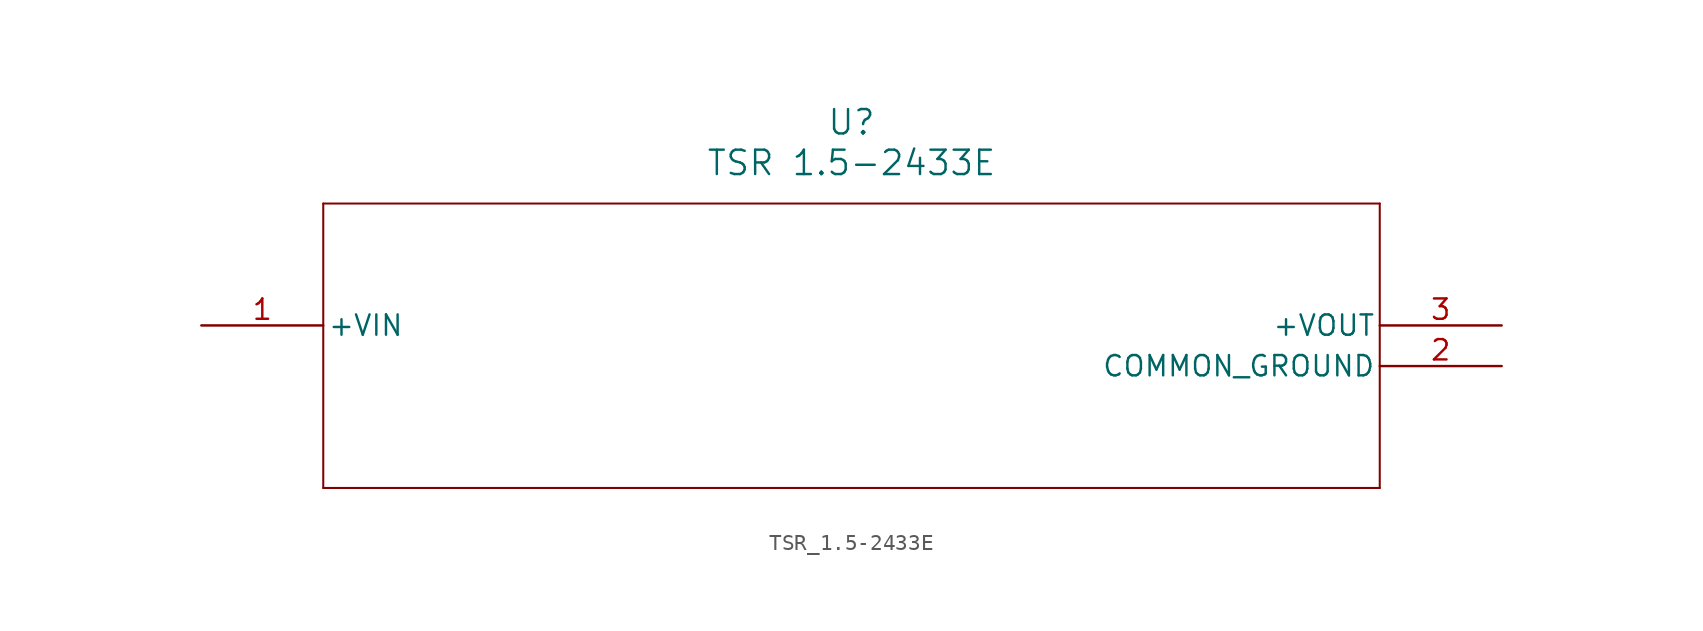
<source format=kicad_sym>
(kicad_symbol_lib
  (version 20211014)
  (generator kicad_symbol_editor)
  (symbol "TSR_1.5-2433E"
    (pin_names
      (offset 0.254))
    (property "Reference" "U"
      (at 40.64 12.7 0)
      (effects (font (size 1.524 1.524))))
    (property "Value" "TSR 1.5-2433E"
      (at 40.64 10.16 0)
      (effects (font (size 1.524 1.524))))
    (symbol "TSR_1.5-2433E_0_1"
      (polyline (pts (xy 7.62 7.62) (xy 7.62 -10.16)) (stroke (width 0.127) (type default) (color 0 0 0 0)) (fill (type none)))
      (polyline (pts (xy 7.62 -10.16) (xy 73.66 -10.16)) (stroke (width 0.127) (type default) (color 0 0 0 0)) (fill (type none)))
      (polyline (pts (xy 73.66 -10.16) (xy 73.66 7.62)) (stroke (width 0.127) (type default) (color 0 0 0 0)) (fill (type none)))
      (polyline (pts (xy 73.66 7.62) (xy 7.62 7.62)) (stroke (width 0.127) (type default) (color 0 0 0 0)) (fill (type none)))
      (pin power_in line (at 0 0 0) (length 7.62) (name "+VIN" (effects (font (size 1.27 1.27)))) (number "1" (effects (font (size 1.27 1.27)))))
      (pin power_out line (at 81.28 -2.54 180) (length 7.62) (name "COMMON_GROUND" (effects (font (size 1.27 1.27)))) (number "2" (effects (font (size 1.27 1.27)))))
      (pin output line (at 81.28 0 180) (length 7.62) (name "+VOUT" (effects (font (size 1.27 1.27)))) (number "3" (effects (font (size 1.27 1.27))))))))
</source>
